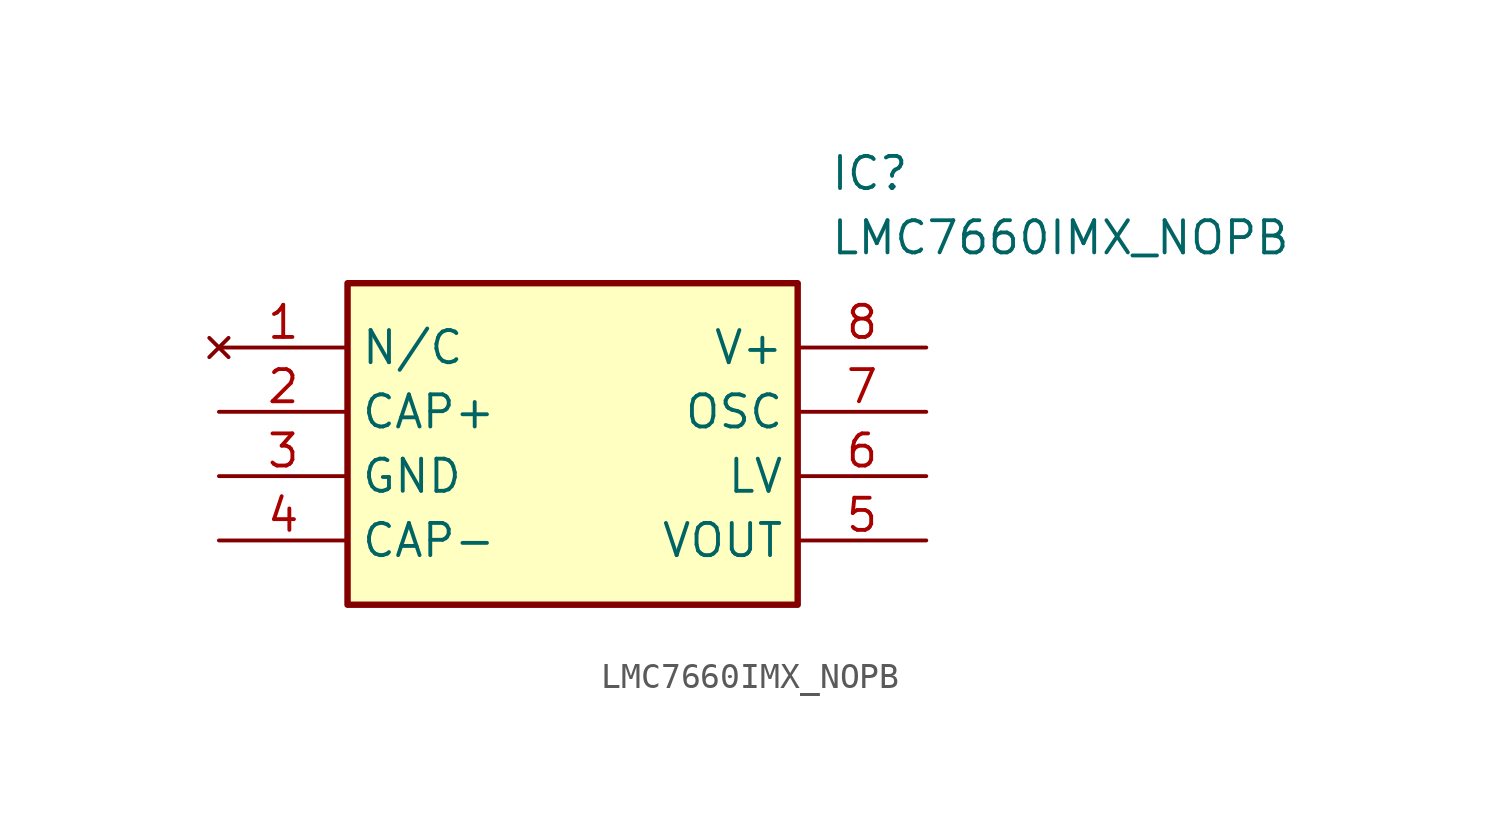
<source format=kicad_sym>
(kicad_symbol_lib
  (version 20211014)
  (generator SamacSys_ECAD_Model)
  (symbol "LMC7660IMX_NOPB"
    (property "Reference" "IC"
      (at 24.13 7.62 0)
      (effects (font (size 1.27 1.27)) (justify left top)))
    (property "Value" "LMC7660IMX_NOPB"
      (at 24.13 5.08 0)
      (effects (font (size 1.27 1.27)) (justify left top)))
    (rectangle
      (start 5.08 2.54)
      (end 22.86 -10.16)
      (stroke (width 0.254) (type default))
      (fill (type background)))
    (pin no_connect line
      (at 0 0 0)
      (length 5.08)
      (name "N/C" (effects (font (size 1.27 1.27))))
      (number "1" (effects (font (size 1.27 1.27)))))
    (pin passive line
      (at 0 -2.54 0)
      (length 5.08)
      (name "CAP+" (effects (font (size 1.27 1.27))))
      (number "2" (effects (font (size 1.27 1.27)))))
    (pin passive line
      (at 0 -5.08 0)
      (length 5.08)
      (name "GND" (effects (font (size 1.27 1.27))))
      (number "3" (effects (font (size 1.27 1.27)))))
    (pin passive line
      (at 0 -7.62 0)
      (length 5.08)
      (name "CAP-" (effects (font (size 1.27 1.27))))
      (number "4" (effects (font (size 1.27 1.27)))))
    (pin passive line
      (at 27.94 0 180)
      (length 5.08)
      (name "V+" (effects (font (size 1.27 1.27))))
      (number "8" (effects (font (size 1.27 1.27)))))
    (pin passive line
      (at 27.94 -2.54 180)
      (length 5.08)
      (name "OSC" (effects (font (size 1.27 1.27))))
      (number "7" (effects (font (size 1.27 1.27)))))
    (pin passive line
      (at 27.94 -5.08 180)
      (length 5.08)
      (name "LV" (effects (font (size 1.27 1.27))))
      (number "6" (effects (font (size 1.27 1.27)))))
    (pin passive line
      (at 27.94 -7.62 180)
      (length 5.08)
      (name "VOUT" (effects (font (size 1.27 1.27))))
      (number "5" (effects (font (size 1.27 1.27)))))))
</source>
